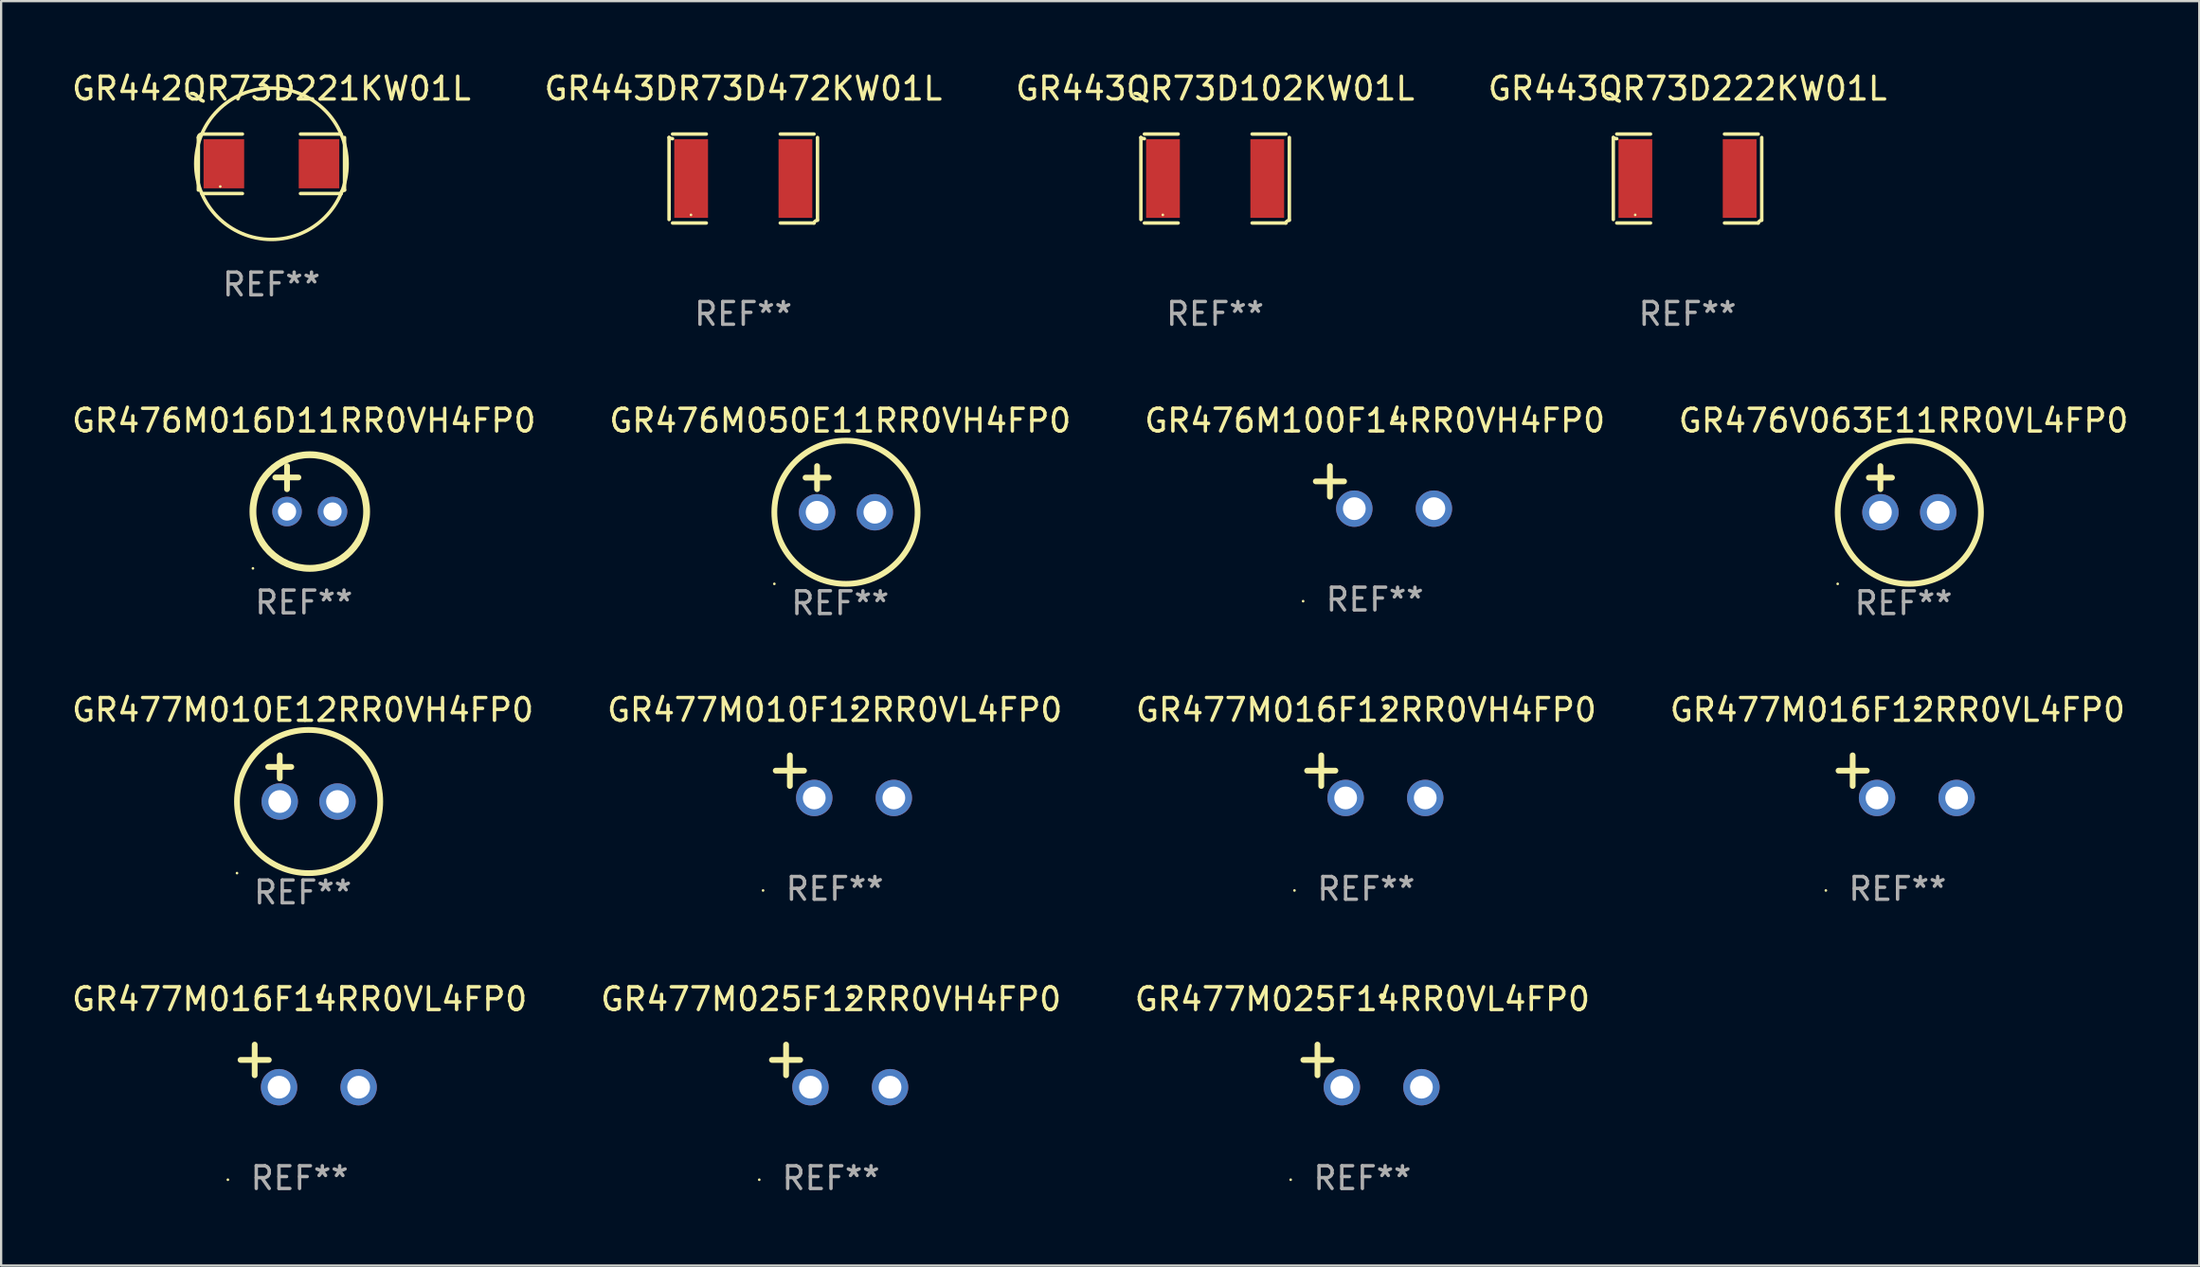
<source format=kicad_pcb>
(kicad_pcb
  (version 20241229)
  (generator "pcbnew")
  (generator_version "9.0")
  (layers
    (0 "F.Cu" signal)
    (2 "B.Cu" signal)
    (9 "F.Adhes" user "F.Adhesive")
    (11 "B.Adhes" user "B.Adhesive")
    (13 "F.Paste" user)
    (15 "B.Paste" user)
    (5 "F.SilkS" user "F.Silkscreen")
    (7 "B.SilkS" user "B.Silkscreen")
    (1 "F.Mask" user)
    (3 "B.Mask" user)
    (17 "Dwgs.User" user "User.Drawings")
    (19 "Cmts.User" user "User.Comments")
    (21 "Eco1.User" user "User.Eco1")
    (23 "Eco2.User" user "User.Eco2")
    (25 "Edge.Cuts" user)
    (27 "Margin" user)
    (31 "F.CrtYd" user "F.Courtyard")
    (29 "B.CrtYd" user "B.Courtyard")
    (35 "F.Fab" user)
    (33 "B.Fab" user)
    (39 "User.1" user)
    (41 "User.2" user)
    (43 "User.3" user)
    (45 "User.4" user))
  (footprint "GR477M025F14RR0VL4FP0"
    (layer "F.Cu")
    (at 56.863 43.851)
    (property "Reference" "GR477M025F14RR0VL4FP0" (at 0 -2.937 0) (layer "F.SilkS") (effects (font (size 1 1) (thickness 0.15))))
    (attr through_hole)
    (fp_line (start -1.975 0.41) (end -1.975 -0.937) (stroke (width 0.254) (type solid)) (layer "F.SilkS"))
    (fp_line (start -1.353 -0.263) (end -2.597 -0.263) (stroke (width 0.254) (type solid)) (layer "F.SilkS"))
    (fp_arc (start 0.849809 -3.063957) (mid 0.885369 -3.064114) (end 0.920929 -3.063957) (stroke (width 0.254001) (type solid)) (layer "F.SilkS"))
    (fp_circle (center -3.154 5.008) (end -3.124 5.008) (stroke (width 0.06) (type solid)) (fill no) (layer "F.SilkS"))
    (fp_text user "REF**" (at 0 4.937 0) (layer "F.Fab") (effects (font (size 1 1) (thickness 0.15))))
    (pad "1" thru_hole circle (at -0.903 0.937) (size 1.6 1.6) (drill 1) (layers "*.Cu" "*.Mask"))
    (pad "2" thru_hole circle (at 2.597 0.937) (size 1.6 1.6) (drill 1) (layers "*.Cu" "*.Mask")))
  (footprint "GR477M016F12RR0VH4FP0"
    (layer "F.Cu")
    (at 57.03 31.123)
    (property "Reference" "GR477M016F12RR0VH4FP0" (at 0 -2.937 0) (layer "F.SilkS") (effects (font (size 1 1) (thickness 0.15))))
    (attr through_hole)
    (fp_line (start -1.975 0.41) (end -1.975 -0.937) (stroke (width 0.254) (type solid)) (layer "F.SilkS"))
    (fp_line (start -1.353 -0.263) (end -2.597 -0.263) (stroke (width 0.254) (type solid)) (layer "F.SilkS"))
    (fp_arc (start 0.849809 -3.063957) (mid 0.885369 -3.064114) (end 0.920929 -3.063957) (stroke (width 0.254001) (type solid)) (layer "F.SilkS"))
    (fp_circle (center -3.154 5.008) (end -3.124 5.008) (stroke (width 0.06) (type solid)) (fill no) (layer "F.SilkS"))
    (fp_text user "REF**" (at 0 4.937 0) (layer "F.Fab") (effects (font (size 1 1) (thickness 0.15))))
    (pad "1" thru_hole circle (at -0.903 0.937) (size 1.6 1.6) (drill 1) (layers "*.Cu" "*.Mask"))
    (pad "2" thru_hole circle (at 2.597 0.937) (size 1.6 1.6) (drill 1) (layers "*.Cu" "*.Mask")))
  (footprint "GR476M016D11RR0VH4FP0"
    (layer "F.Cu")
    (at 10.315 18.458)
    (property "Reference" "GR476M016D11RR0VH4FP0" (at 0 -3 0) (layer "F.SilkS") (effects (font (size 1 1) (thickness 0.15))))
    (attr through_hole)
    (fp_line (start -1.258 -0.5) (end -0.242 -0.5) (stroke (width 0.254) (type solid)) (layer "F.SilkS"))
    (fp_line (start -0.742 -1) (end -0.742 0.016) (stroke (width 0.254) (type solid)) (layer "F.SilkS"))
    (fp_circle (center -2.242 3.5) (end -2.212 3.5) (stroke (width 0.06) (type solid)) (fill no) (layer "F.SilkS"))
    (fp_circle (center 0.258 1) (end 2.758 1) (stroke (width 0.3) (type solid)) (fill no) (layer "F.SilkS"))
    (fp_text user "REF**" (at 0 5 0) (layer "F.Fab") (effects (font (size 1 1) (thickness 0.15))))
    (pad "1" thru_hole circle (at -0.742 1) (size 1.3 1.3) (drill 0.8) (layers "*.Cu" "*.Mask"))
    (pad "2" thru_hole circle (at 1.258 1) (size 1.3 1.3) (drill 0.8) (layers "*.Cu" "*.Mask")))
  (footprint "GR443QR73D222KW01L"
    (layer "F.Cu")
    (at 71.161 4.805)
    (property "Reference" "GR443QR73D222KW01L" (at 0 -3.957 0) (layer "F.SilkS") (effects (font (size 1 1) (thickness 0.15))))
    (attr through_hole)
    (fp_line (start -3.264 1.804) (end -3.264 -1.804) (stroke (width 0.152) (type solid)) (layer "F.SilkS"))
    (fp_line (start -3.111 -1.957) (end -1.626 -1.957) (stroke (width 0.152) (type solid)) (layer "F.SilkS"))
    (fp_line (start -1.626 1.957) (end -3.111 1.957) (stroke (width 0.152) (type solid)) (layer "F.SilkS"))
    (fp_line (start 1.626 1.957) (end 3.111 1.957) (stroke (width 0.152) (type solid)) (layer "F.SilkS"))
    (fp_line (start 3.111 -1.957) (end 1.626 -1.957) (stroke (width 0.152) (type solid)) (layer "F.SilkS"))
    (fp_line (start 3.264 1.804) (end 3.264 -1.804) (stroke (width 0.152) (type solid)) (layer "F.SilkS"))
    (fp_arc (start -3.111202 -1.752192) (mid -3.191715 -1.76555) (end -3.263602 -1.804191) (stroke (width 0.1524) (type solid)) (layer "F.SilkS"))
    (fp_arc (start 3.111201 1.956591) (mid 3.167789 1.872777) (end 3.263602 1.840424) (stroke (width 0.1524) (type solid)) (layer "F.SilkS"))
    (fp_circle (center -2.3 1.6) (end -2.27 1.6) (stroke (width 0.06) (type solid)) (fill no) (layer "F.SilkS"))
    (fp_text user "REF**" (at 0 5.957 0) (layer "F.Fab") (effects (font (size 1 1) (thickness 0.15))))
    (pad "1" smd rect (at -2.293 0) (size 1.485 3.456) (layers "F.Cu" "F.Mask" "F.Paste"))
    (pad "2" smd rect (at 2.293 0) (size 1.485 3.456) (layers "F.Cu" "F.Mask" "F.Paste")))
  (footprint "GR477M016F12RR0VL4FP0"
    (layer "F.Cu")
    (at 80.399 31.123)
    (property "Reference" "GR477M016F12RR0VL4FP0" (at 0 -2.937 0) (layer "F.SilkS") (effects (font (size 1 1) (thickness 0.15))))
    (attr through_hole)
    (fp_line (start -1.975 0.41) (end -1.975 -0.937) (stroke (width 0.254) (type solid)) (layer "F.SilkS"))
    (fp_line (start -1.353 -0.263) (end -2.597 -0.263) (stroke (width 0.254) (type solid)) (layer "F.SilkS"))
    (fp_arc (start 0.849809 -3.063957) (mid 0.885369 -3.064114) (end 0.920929 -3.063957) (stroke (width 0.254001) (type solid)) (layer "F.SilkS"))
    (fp_circle (center -3.154 5.008) (end -3.124 5.008) (stroke (width 0.06) (type solid)) (fill no) (layer "F.SilkS"))
    (fp_text user "REF**" (at 0 4.937 0) (layer "F.Fab") (effects (font (size 1 1) (thickness 0.15))))
    (pad "1" thru_hole circle (at -0.903 0.937) (size 1.6 1.6) (drill 1) (layers "*.Cu" "*.Mask"))
    (pad "2" thru_hole circle (at 2.597 0.937) (size 1.6 1.6) (drill 1) (layers "*.Cu" "*.Mask")))
  (footprint "GR442QR73D221KW01L"
    (layer "F.Cu")
    (at 8.887 4.157)
    (property "Reference" "GR442QR73D221KW01L" (at 0 -3.309 0) (layer "F.SilkS") (effects (font (size 1 1) (thickness 0.15))))
    (attr through_hole)
    (fp_line (start -3.214 -1.156) (end -3.214 1.156) (stroke (width 0.152) (type solid)) (layer "F.SilkS"))
    (fp_line (start -3.061 1.309) (end -1.276 1.309) (stroke (width 0.152) (type solid)) (layer "F.SilkS"))
    (fp_line (start -1.276 -1.309) (end -3.061 -1.309) (stroke (width 0.152) (type solid)) (layer "F.SilkS"))
    (fp_line (start 1.276 -1.309) (end 3.061 -1.309) (stroke (width 0.152) (type solid)) (layer "F.SilkS"))
    (fp_line (start 3.061 1.309) (end 1.276 1.309) (stroke (width 0.152) (type solid)) (layer "F.SilkS"))
    (fp_line (start 3.214 -1.156) (end 3.214 1.156) (stroke (width 0.152) (type solid)) (layer "F.SilkS"))
    (fp_arc (start -3.21359 -1.15621) (mid -3.168953 -1.263974) (end -3.061189 -1.308611) (stroke (width 0.1524) (type solid)) (layer "F.SilkS"))
    (fp_arc (start 3.061188 1.308611) (mid 3.105825 1.200847) (end 3.213589 1.15621) (stroke (width 0.1524) (type solid)) (layer "F.SilkS"))
    (fp_arc (start 3.061189 -1.308611) (mid -3.061167 1.308589) (end 3.061189 -1.308611) (stroke (width 0.1524) (type solid)) (layer "F.SilkS"))
    (fp_circle (center -2.25 1) (end -2.22 1) (stroke (width 0.06) (type solid)) (fill no) (layer "F.SilkS"))
    (fp_text user "REF**" (at 0 5.309 0) (layer "F.Fab") (effects (font (size 1 1) (thickness 0.15))))
    (pad "1" smd rect (at -2.092 0) (size 1.785 2.16) (layers "F.Cu" "F.Mask" "F.Paste"))
    (pad "2" smd rect (at 2.092 0) (size 1.785 2.16) (layers "F.Cu" "F.Mask" "F.Paste")))
  (footprint "GR477M010F12RR0VL4FP0"
    (layer "F.Cu")
    (at 33.661 31.123)
    (property "Reference" "GR477M010F12RR0VL4FP0" (at 0 -2.937 0) (layer "F.SilkS") (effects (font (size 1 1) (thickness 0.15))))
    (attr through_hole)
    (fp_line (start -1.975 0.41) (end -1.975 -0.937) (stroke (width 0.254) (type solid)) (layer "F.SilkS"))
    (fp_line (start -1.353 -0.263) (end -2.597 -0.263) (stroke (width 0.254) (type solid)) (layer "F.SilkS"))
    (fp_arc (start 0.849809 -3.063957) (mid 0.885369 -3.064114) (end 0.920929 -3.063957) (stroke (width 0.254001) (type solid)) (layer "F.SilkS"))
    (fp_circle (center -3.154 5.008) (end -3.124 5.008) (stroke (width 0.06) (type solid)) (fill no) (layer "F.SilkS"))
    (fp_text user "REF**" (at 0 4.937 0) (layer "F.Fab") (effects (font (size 1 1) (thickness 0.15))))
    (pad "1" thru_hole circle (at -0.903 0.937) (size 1.6 1.6) (drill 1) (layers "*.Cu" "*.Mask"))
    (pad "2" thru_hole circle (at 2.597 0.937) (size 1.6 1.6) (drill 1) (layers "*.Cu" "*.Mask")))
  (footprint "GR477M010E12RR0VH4FP0"
    (layer "F.Cu")
    (at 10.268 31.202)
    (property "Reference" "GR477M010E12RR0VH4FP0" (at 0 -3.016 0) (layer "F.SilkS") (effects (font (size 1 1) (thickness 0.15))))
    (attr through_hole)
    (fp_line (start -1.524 -0.508) (end -0.508 -0.508) (stroke (width 0.254) (type solid)) (layer "F.SilkS"))
    (fp_line (start -1.016 -1.016) (end -1.016 0) (stroke (width 0.254) (type solid)) (layer "F.SilkS"))
    (fp_circle (center -2.896 4.166) (end -2.866 4.166) (stroke (width 0.06) (type solid)) (fill no) (layer "F.SilkS"))
    (fp_circle (center 0.254 1.016) (end 3.404 1.016) (stroke (width 0.254) (type solid)) (fill no) (layer "F.SilkS"))
    (fp_text user "REF**" (at 0 5.016 0) (layer "F.Fab") (effects (font (size 1 1) (thickness 0.15))))
    (pad "1" thru_hole circle (at -1.016 1.016) (size 1.6 1.6) (drill 1) (layers "*.Cu" "*.Mask"))
    (pad "2" thru_hole circle (at 1.524 1.016) (size 1.6 1.6) (drill 1) (layers "*.Cu" "*.Mask")))
  (footprint "GR443DR73D472KW01L"
    (layer "F.Cu")
    (at 29.637 4.805)
    (property "Reference" "GR443DR73D472KW01L" (at 0 -3.957 0) (layer "F.SilkS") (effects (font (size 1 1) (thickness 0.15))))
    (attr through_hole)
    (fp_line (start -3.264 1.804) (end -3.264 -1.804) (stroke (width 0.152) (type solid)) (layer "F.SilkS"))
    (fp_line (start -3.111 -1.957) (end -1.626 -1.957) (stroke (width 0.152) (type solid)) (layer "F.SilkS"))
    (fp_line (start -1.626 1.957) (end -3.111 1.957) (stroke (width 0.152) (type solid)) (layer "F.SilkS"))
    (fp_line (start 1.626 1.957) (end 3.111 1.957) (stroke (width 0.152) (type solid)) (layer "F.SilkS"))
    (fp_line (start 3.111 -1.957) (end 1.626 -1.957) (stroke (width 0.152) (type solid)) (layer "F.SilkS"))
    (fp_line (start 3.264 1.804) (end 3.264 -1.804) (stroke (width 0.152) (type solid)) (layer "F.SilkS"))
    (fp_arc (start -3.111202 -1.752192) (mid -3.191715 -1.76555) (end -3.263602 -1.804191) (stroke (width 0.1524) (type solid)) (layer "F.SilkS"))
    (fp_arc (start 3.111201 1.956591) (mid 3.167789 1.872777) (end 3.263602 1.840424) (stroke (width 0.1524) (type solid)) (layer "F.SilkS"))
    (fp_circle (center -2.3 1.6) (end -2.27 1.6) (stroke (width 0.06) (type solid)) (fill no) (layer "F.SilkS"))
    (fp_text user "REF**" (at 0 5.957 0) (layer "F.Fab") (effects (font (size 1 1) (thickness 0.15))))
    (pad "1" smd rect (at -2.293 0) (size 1.485 3.456) (layers "F.Cu" "F.Mask" "F.Paste"))
    (pad "2" smd rect (at 2.293 0) (size 1.485 3.456) (layers "F.Cu" "F.Mask" "F.Paste")))
  (footprint "GR476V063E11RR0VL4FP0"
    (layer "F.Cu")
    (at 80.661 18.474)
    (property "Reference" "GR476V063E11RR0VL4FP0" (at 0 -3.016 0) (layer "F.SilkS") (effects (font (size 1 1) (thickness 0.15))))
    (attr through_hole)
    (fp_line (start -1.524 -0.508) (end -0.508 -0.508) (stroke (width 0.254) (type solid)) (layer "F.SilkS"))
    (fp_line (start -1.016 -1.016) (end -1.016 0) (stroke (width 0.254) (type solid)) (layer "F.SilkS"))
    (fp_circle (center -2.896 4.166) (end -2.866 4.166) (stroke (width 0.06) (type solid)) (fill no) (layer "F.SilkS"))
    (fp_circle (center 0.254 1.016) (end 3.404 1.016) (stroke (width 0.254) (type solid)) (fill no) (layer "F.SilkS"))
    (fp_text user "REF**" (at 0 5.016 0) (layer "F.Fab") (effects (font (size 1 1) (thickness 0.15))))
    (pad "1" thru_hole circle (at -1.016 1.016) (size 1.6 1.6) (drill 1) (layers "*.Cu" "*.Mask"))
    (pad "2" thru_hole circle (at 1.524 1.016) (size 1.6 1.6) (drill 1) (layers "*.Cu" "*.Mask")))
  (footprint "GR477M025F12RR0VH4FP0"
    (layer "F.Cu")
    (at 33.494 43.851)
    (property "Reference" "GR477M025F12RR0VH4FP0" (at 0 -2.937 0) (layer "F.SilkS") (effects (font (size 1 1) (thickness 0.15))))
    (attr through_hole)
    (fp_line (start -1.975 0.41) (end -1.975 -0.937) (stroke (width 0.254) (type solid)) (layer "F.SilkS"))
    (fp_line (start -1.353 -0.263) (end -2.597 -0.263) (stroke (width 0.254) (type solid)) (layer "F.SilkS"))
    (fp_arc (start 0.849809 -3.063957) (mid 0.885369 -3.064114) (end 0.920929 -3.063957) (stroke (width 0.254001) (type solid)) (layer "F.SilkS"))
    (fp_circle (center -3.154 5.008) (end -3.124 5.008) (stroke (width 0.06) (type solid)) (fill no) (layer "F.SilkS"))
    (fp_text user "REF**" (at 0 4.937 0) (layer "F.Fab") (effects (font (size 1 1) (thickness 0.15))))
    (pad "1" thru_hole circle (at -0.903 0.937) (size 1.6 1.6) (drill 1) (layers "*.Cu" "*.Mask"))
    (pad "2" thru_hole circle (at 2.597 0.937) (size 1.6 1.6) (drill 1) (layers "*.Cu" "*.Mask")))
  (footprint "GR476M100F14RR0VH4FP0"
    (layer "F.Cu")
    (at 57.411 18.394)
    (property "Reference" "GR476M100F14RR0VH4FP0" (at 0 -2.937 0) (layer "F.SilkS") (effects (font (size 1 1) (thickness 0.15))))
    (attr through_hole)
    (fp_line (start -1.975 0.41) (end -1.975 -0.937) (stroke (width 0.254) (type solid)) (layer "F.SilkS"))
    (fp_line (start -1.353 -0.263) (end -2.597 -0.263) (stroke (width 0.254) (type solid)) (layer "F.SilkS"))
    (fp_arc (start 0.849809 -3.063957) (mid 0.885369 -3.064114) (end 0.920929 -3.063957) (stroke (width 0.254001) (type solid)) (layer "F.SilkS"))
    (fp_circle (center -3.154 5.008) (end -3.124 5.008) (stroke (width 0.06) (type solid)) (fill no) (layer "F.SilkS"))
    (fp_text user "REF**" (at 0 4.937 0) (layer "F.Fab") (effects (font (size 1 1) (thickness 0.15))))
    (pad "1" thru_hole circle (at -0.903 0.937) (size 1.6 1.6) (drill 1) (layers "*.Cu" "*.Mask"))
    (pad "2" thru_hole circle (at 2.597 0.937) (size 1.6 1.6) (drill 1) (layers "*.Cu" "*.Mask")))
  (footprint "GR476M050E11RR0VH4FP0"
    (layer "F.Cu")
    (at 33.899 18.474)
    (property "Reference" "GR476M050E11RR0VH4FP0" (at 0 -3.016 0) (layer "F.SilkS") (effects (font (size 1 1) (thickness 0.15))))
    (attr through_hole)
    (fp_line (start -1.524 -0.508) (end -0.508 -0.508) (stroke (width 0.254) (type solid)) (layer "F.SilkS"))
    (fp_line (start -1.016 -1.016) (end -1.016 0) (stroke (width 0.254) (type solid)) (layer "F.SilkS"))
    (fp_circle (center -2.896 4.166) (end -2.866 4.166) (stroke (width 0.06) (type solid)) (fill no) (layer "F.SilkS"))
    (fp_circle (center 0.254 1.016) (end 3.404 1.016) (stroke (width 0.254) (type solid)) (fill no) (layer "F.SilkS"))
    (fp_text user "REF**" (at 0 5.016 0) (layer "F.Fab") (effects (font (size 1 1) (thickness 0.15))))
    (pad "1" thru_hole circle (at -1.016 1.016) (size 1.6 1.6) (drill 1) (layers "*.Cu" "*.Mask"))
    (pad "2" thru_hole circle (at 1.524 1.016) (size 1.6 1.6) (drill 1) (layers "*.Cu" "*.Mask")))
  (footprint "GR477M016F14RR0VL4FP0"
    (layer "F.Cu")
    (at 10.125 43.851)
    (property "Reference" "GR477M016F14RR0VL4FP0" (at 0 -2.937 0) (layer "F.SilkS") (effects (font (size 1 1) (thickness 0.15))))
    (attr through_hole)
    (fp_line (start -1.975 0.41) (end -1.975 -0.937) (stroke (width 0.254) (type solid)) (layer "F.SilkS"))
    (fp_line (start -1.353 -0.263) (end -2.597 -0.263) (stroke (width 0.254) (type solid)) (layer "F.SilkS"))
    (fp_arc (start 0.849809 -3.063957) (mid 0.885369 -3.064114) (end 0.920929 -3.063957) (stroke (width 0.254001) (type solid)) (layer "F.SilkS"))
    (fp_circle (center -3.154 5.008) (end -3.124 5.008) (stroke (width 0.06) (type solid)) (fill no) (layer "F.SilkS"))
    (fp_text user "REF**" (at 0 4.937 0) (layer "F.Fab") (effects (font (size 1 1) (thickness 0.15))))
    (pad "1" thru_hole circle (at -0.903 0.937) (size 1.6 1.6) (drill 1) (layers "*.Cu" "*.Mask"))
    (pad "2" thru_hole circle (at 2.597 0.937) (size 1.6 1.6) (drill 1) (layers "*.Cu" "*.Mask")))
  (footprint "GR443QR73D102KW01L"
    (layer "F.Cu")
    (at 50.387 4.805)
    (property "Reference" "GR443QR73D102KW01L" (at 0 -3.957 0) (layer "F.SilkS") (effects (font (size 1 1) (thickness 0.15))))
    (attr through_hole)
    (fp_line (start -3.264 1.804) (end -3.264 -1.804) (stroke (width 0.152) (type solid)) (layer "F.SilkS"))
    (fp_line (start -3.111 -1.957) (end -1.626 -1.957) (stroke (width 0.152) (type solid)) (layer "F.SilkS"))
    (fp_line (start -1.626 1.957) (end -3.111 1.957) (stroke (width 0.152) (type solid)) (layer "F.SilkS"))
    (fp_line (start 1.626 1.957) (end 3.111 1.957) (stroke (width 0.152) (type solid)) (layer "F.SilkS"))
    (fp_line (start 3.111 -1.957) (end 1.626 -1.957) (stroke (width 0.152) (type solid)) (layer "F.SilkS"))
    (fp_line (start 3.264 1.804) (end 3.264 -1.804) (stroke (width 0.152) (type solid)) (layer "F.SilkS"))
    (fp_arc (start -3.111202 -1.752192) (mid -3.191715 -1.76555) (end -3.263602 -1.804191) (stroke (width 0.1524) (type solid)) (layer "F.SilkS"))
    (fp_arc (start 3.111201 1.956591) (mid 3.167789 1.872777) (end 3.263602 1.840424) (stroke (width 0.1524) (type solid)) (layer "F.SilkS"))
    (fp_circle (center -2.3 1.6) (end -2.27 1.6) (stroke (width 0.06) (type solid)) (fill no) (layer "F.SilkS"))
    (fp_text user "REF**" (at 0 5.957 0) (layer "F.Fab") (effects (font (size 1 1) (thickness 0.15))))
    (pad "1" smd rect (at -2.293 0) (size 1.485 3.456) (layers "F.Cu" "F.Mask" "F.Paste"))
    (pad "2" smd rect (at 2.293 0) (size 1.485 3.456) (layers "F.Cu" "F.Mask" "F.Paste")))
  (gr_rect
    (start -3 -3)
    (end 93.667 52.636)
    (stroke (width 0.1) (type default))
    (fill no)
    (layer "Edge.Cuts")))
</source>
